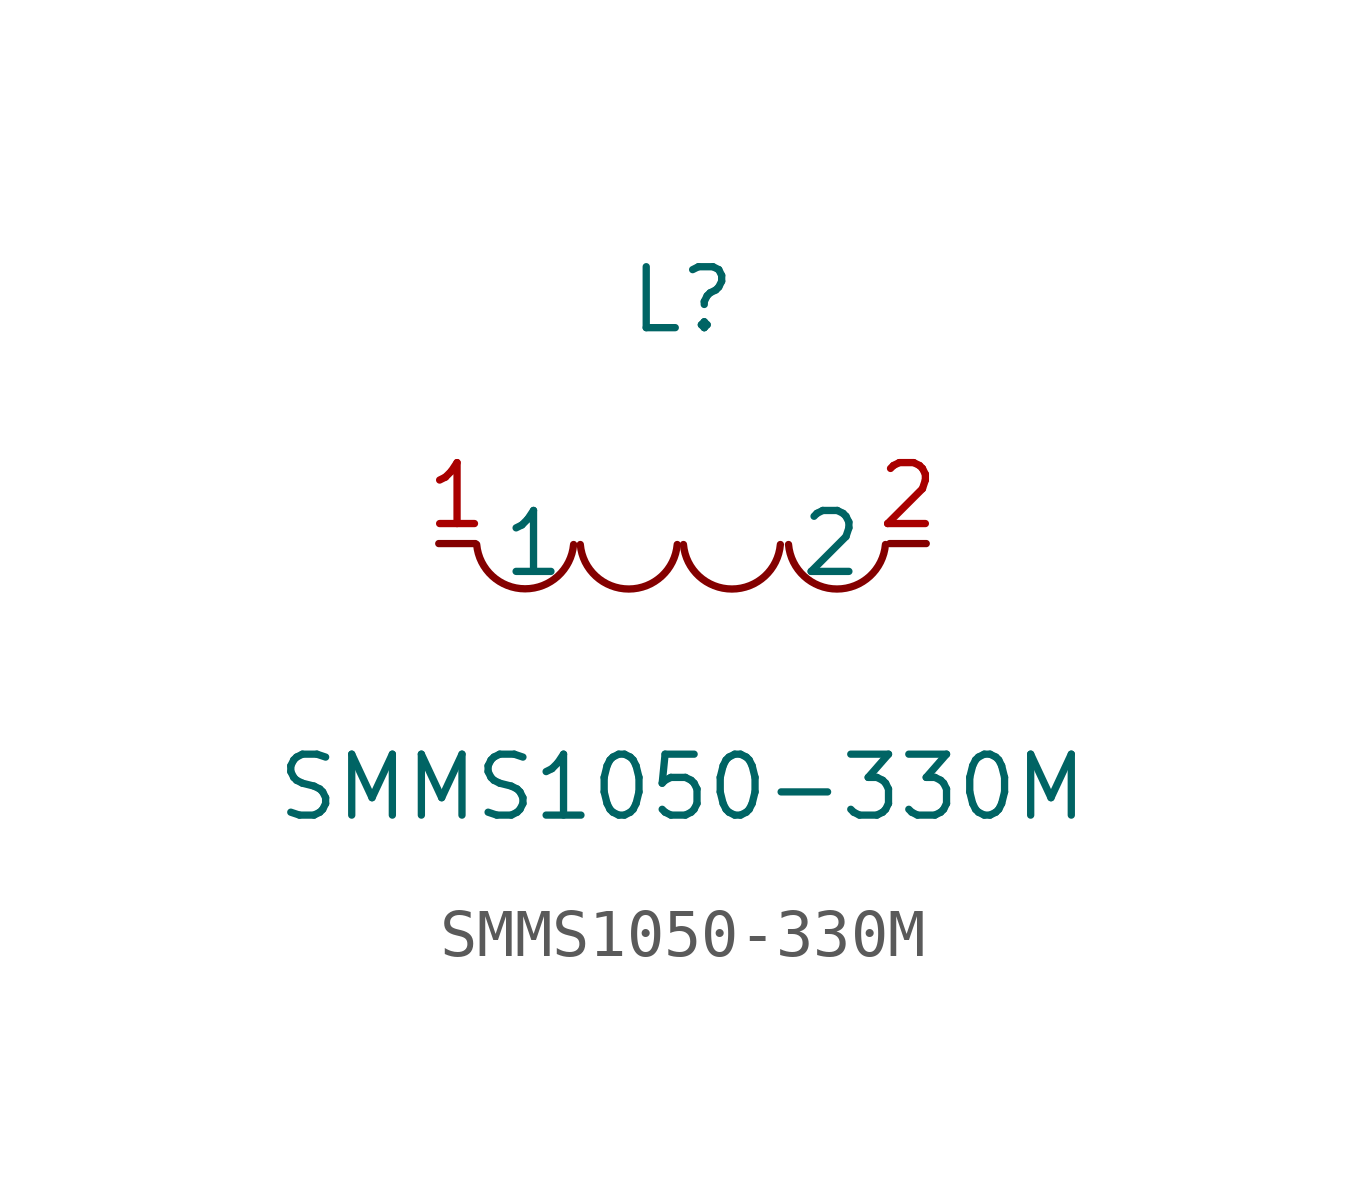
<source format=kicad_sym>
(kicad_symbol_lib
  (version 20211014)
  (generator https://github.com/uPesy/easyeda2kicad.py)
  (symbol "SMMS1050-330M"
    (property "Reference" "L"
      (at 0 5.08 0)
      (effects (font (size 1.27 1.27))))
    (property "Value" "SMMS1050-330M"
      (at 0 -5.08 0)
      (effects (font (size 1.27 1.27))))
    (symbol "SMMS1050-330M_0_1"
      (arc (start -4.29 -0.02) (mid -2.81 -1.01) (end -2.27 -0.02) (stroke (width 0) (type default) (color 0 0 0 0)) (fill (type none)))
      (arc (start -2.13 -0.02) (mid -0.66 -1.01) (end -0.11 -0.02) (stroke (width 0) (type default) (color 0 0 0 0)) (fill (type none)))
      (arc (start 0.02 -0.02) (mid 1.49 -1.01) (end 2.04 -0.02) (stroke (width 0) (type default) (color 0 0 0 0)) (fill (type none)))
      (arc (start 2.21 -0.02) (mid 3.68 -1.01) (end 4.23 -0.02) (stroke (width 0) (type default) (color 0 0 0 0)) (fill (type none)))
      (pin unspecified line (at 5.08 -0.00 180) (length 0.762) (name "2" (effects (font (size 1.27 1.27)))) (number "2" (effects (font (size 1.27 1.27)))))
      (pin unspecified line (at -5.08 -0.00 0) (length 0.762) (name "1" (effects (font (size 1.27 1.27)))) (number "1" (effects (font (size 1.27 1.27))))))))
</source>
